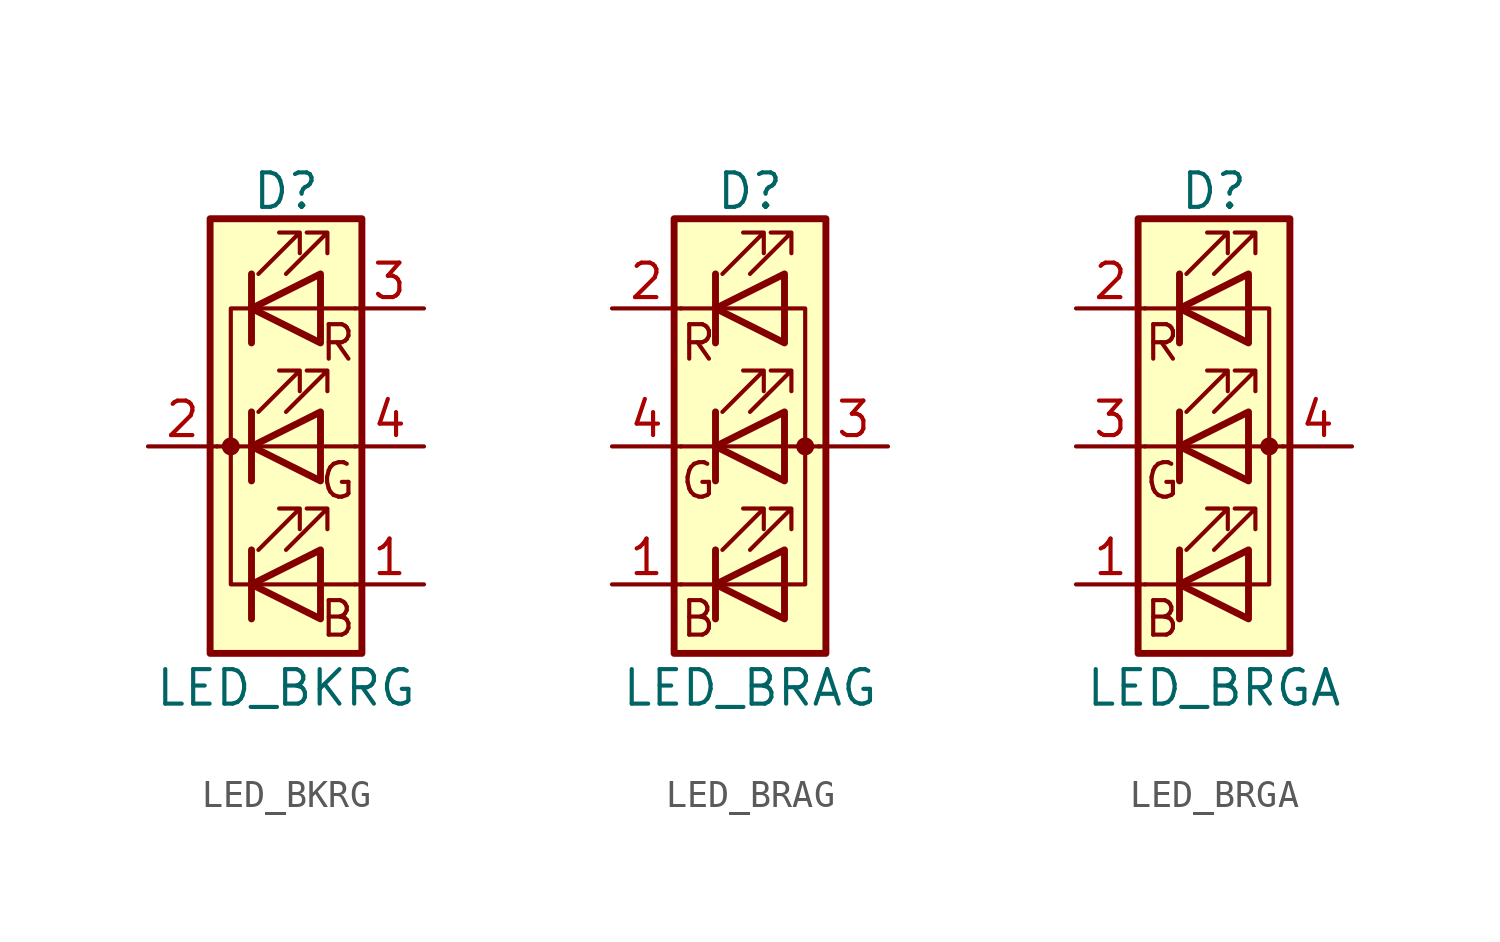
<source format=kicad_sym>
(kicad_symbol_lib
  (version 20241209)
  (generator "kicad_symbol_editor")
  (generator_version "9.0")
  (symbol "LED_BKRG"
    (pin_names
      (offset 0)
      (hide yes))
    (property "Reference" "D"
      (at 0 9.398 0)
      (effects (font (size 1.27 1.27))))
    (property "Value" "LED_BKRG"
      (at 0 -8.89 0)
      (effects (font (size 1.27 1.27))))
    (symbol "LED_BKRG_0_0"
      (text "R" (at 1.905 3.81 0) (effects (font (size 1.27 1.27))))
      (text "G" (at 1.905 -1.27 0) (effects (font (size 1.27 1.27))))
      (text "B" (at 1.905 -6.35 0) (effects (font (size 1.27 1.27)))))
    (symbol "LED_BKRG_0_1"
      (circle (center -2.032 0) (radius 0.254) (stroke (width 0) (type solid)) (fill (type outline)))
      (polyline (pts (xy -1.27 6.35) (xy -1.27 3.81)) (stroke (width 0.254) (type solid)) (fill (type none)))
      (polyline (pts (xy -1.27 6.35) (xy -1.27 3.81) (xy -1.27 3.81)) (stroke (width 0) (type solid)) (fill (type none)))
      (polyline (pts (xy -1.27 5.08) (xy 1.27 5.08)) (stroke (width 0) (type solid)) (fill (type none)))
      (polyline (pts (xy -1.27 5.08) (xy -2.032 5.08) (xy -2.032 -5.08) (xy -1.016 -5.08)) (stroke (width 0) (type solid)) (fill (type none)))
      (polyline (pts (xy -1.27 1.27) (xy -1.27 -1.27)) (stroke (width 0.254) (type solid)) (fill (type none)))
      (polyline (pts (xy -1.27 1.27) (xy -1.27 -1.27) (xy -1.27 -1.27)) (stroke (width 0) (type solid)) (fill (type none)))
      (polyline (pts (xy -1.27 0) (xy -2.54 0)) (stroke (width 0) (type solid)) (fill (type none)))
      (polyline (pts (xy -1.27 -3.81) (xy -1.27 -6.35)) (stroke (width 0.254) (type solid)) (fill (type none)))
      (polyline (pts (xy -1.27 -5.08) (xy 1.27 -5.08)) (stroke (width 0) (type solid)) (fill (type none)))
      (polyline (pts (xy -1.016 6.35) (xy 0.508 7.874) (xy -0.254 7.874) (xy 0.508 7.874) (xy 0.508 7.112)) (stroke (width 0) (type solid)) (fill (type none)))
      (polyline (pts (xy -1.016 1.27) (xy 0.508 2.794) (xy -0.254 2.794) (xy 0.508 2.794) (xy 0.508 2.032)) (stroke (width 0) (type solid)) (fill (type none)))
      (polyline (pts (xy -1.016 -3.81) (xy 0.508 -2.286) (xy -0.254 -2.286) (xy 0.508 -2.286) (xy 0.508 -3.048)) (stroke (width 0) (type solid)) (fill (type none)))
      (polyline (pts (xy 0 6.35) (xy 1.524 7.874) (xy 0.762 7.874) (xy 1.524 7.874) (xy 1.524 7.112)) (stroke (width 0) (type solid)) (fill (type none)))
      (polyline (pts (xy 0 1.27) (xy 1.524 2.794) (xy 0.762 2.794) (xy 1.524 2.794) (xy 1.524 2.032)) (stroke (width 0) (type solid)) (fill (type none)))
      (polyline (pts (xy 0 -3.81) (xy 1.524 -2.286) (xy 0.762 -2.286) (xy 1.524 -2.286) (xy 1.524 -3.048)) (stroke (width 0) (type solid)) (fill (type none)))
      (polyline (pts (xy 1.27 6.35) (xy 1.27 3.81) (xy -1.27 5.08) (xy 1.27 6.35)) (stroke (width 0.254) (type solid)) (fill (type none)))
      (rectangle (start 1.27 6.35) (end 1.27 6.35) (stroke (width 0) (type solid)) (fill (type none)))
      (polyline (pts (xy 1.27 5.08) (xy 2.54 5.08)) (stroke (width 0) (type solid)) (fill (type none)))
      (rectangle (start 1.27 3.81) (end 1.27 6.35) (stroke (width 0) (type solid)) (fill (type none)))
      (polyline (pts (xy 1.27 1.27) (xy 1.27 -1.27) (xy -1.27 0) (xy 1.27 1.27)) (stroke (width 0.254) (type solid)) (fill (type none)))
      (rectangle (start 1.27 1.27) (end 1.27 1.27) (stroke (width 0) (type solid)) (fill (type none)))
      (polyline (pts (xy 1.27 0) (xy -1.27 0)) (stroke (width 0) (type solid)) (fill (type none)))
      (polyline (pts (xy 1.27 0) (xy 2.54 0)) (stroke (width 0) (type solid)) (fill (type none)))
      (rectangle (start 1.27 -1.27) (end 1.27 1.27) (stroke (width 0) (type solid)) (fill (type none)))
      (polyline (pts (xy 1.27 -3.81) (xy 1.27 -6.35) (xy -1.27 -5.08) (xy 1.27 -3.81)) (stroke (width 0.254) (type solid)) (fill (type none)))
      (polyline (pts (xy 1.27 -5.08) (xy 2.54 -5.08)) (stroke (width 0) (type solid)) (fill (type none)))
      (rectangle (start 2.794 8.382) (end -2.794 -7.62) (stroke (width 0.254) (type solid)) (fill (type background))))
    (symbol "LED_BKRG_1_1"
      (pin passive line (at -5.08 0 0) (length 2.54) (name "K" (effects (font (size 1.27 1.27)))) (number "2" (effects (font (size 1.27 1.27)))))
      (pin passive line (at 5.08 5.08 180) (length 2.54) (name "RA" (effects (font (size 1.27 1.27)))) (number "3" (effects (font (size 1.27 1.27)))))
      (pin passive line (at 5.08 0 180) (length 2.54) (name "GA" (effects (font (size 1.27 1.27)))) (number "4" (effects (font (size 1.27 1.27)))))
      (pin passive line (at 5.08 -5.08 180) (length 2.54) (name "BA" (effects (font (size 1.27 1.27)))) (number "1" (effects (font (size 1.27 1.27)))))))
  (symbol "LED_BRAG"
    (pin_names
      (offset 0)
      (hide yes))
    (property "Reference" "D"
      (at 0 9.398 0)
      (effects (font (size 1.27 1.27))))
    (property "Value" "LED_BRAG"
      (at 0 -8.89 0)
      (effects (font (size 1.27 1.27))))
    (symbol "LED_BRAG_0_0"
      (text "R" (at -1.905 3.81 0) (effects (font (size 1.27 1.27))))
      (text "G" (at -1.905 -1.27 0) (effects (font (size 1.27 1.27))))
      (text "B" (at -1.905 -6.35 0) (effects (font (size 1.27 1.27)))))
    (symbol "LED_BRAG_0_1"
      (polyline (pts (xy -1.27 6.35) (xy -1.27 3.81)) (stroke (width 0.254) (type solid)) (fill (type none)))
      (polyline (pts (xy -1.27 6.35) (xy -1.27 3.81) (xy -1.27 3.81)) (stroke (width 0) (type solid)) (fill (type none)))
      (polyline (pts (xy -1.27 5.08) (xy -2.54 5.08)) (stroke (width 0) (type solid)) (fill (type none)))
      (polyline (pts (xy -1.27 5.08) (xy 1.27 5.08)) (stroke (width 0) (type solid)) (fill (type none)))
      (polyline (pts (xy -1.27 1.27) (xy -1.27 -1.27)) (stroke (width 0.254) (type solid)) (fill (type none)))
      (polyline (pts (xy -1.27 1.27) (xy -1.27 -1.27) (xy -1.27 -1.27)) (stroke (width 0) (type solid)) (fill (type none)))
      (polyline (pts (xy -1.27 0) (xy -2.54 0)) (stroke (width 0) (type solid)) (fill (type none)))
      (polyline (pts (xy -1.27 -3.81) (xy -1.27 -6.35)) (stroke (width 0.254) (type solid)) (fill (type none)))
      (polyline (pts (xy -1.27 -5.08) (xy -2.54 -5.08)) (stroke (width 0) (type solid)) (fill (type none)))
      (polyline (pts (xy -1.27 -5.08) (xy 1.27 -5.08)) (stroke (width 0) (type solid)) (fill (type none)))
      (polyline (pts (xy -1.016 6.35) (xy 0.508 7.874) (xy -0.254 7.874) (xy 0.508 7.874) (xy 0.508 7.112)) (stroke (width 0) (type solid)) (fill (type none)))
      (polyline (pts (xy -1.016 1.27) (xy 0.508 2.794) (xy -0.254 2.794) (xy 0.508 2.794) (xy 0.508 2.032)) (stroke (width 0) (type solid)) (fill (type none)))
      (polyline (pts (xy -1.016 -3.81) (xy 0.508 -2.286) (xy -0.254 -2.286) (xy 0.508 -2.286) (xy 0.508 -3.048)) (stroke (width 0) (type solid)) (fill (type none)))
      (polyline (pts (xy 0 6.35) (xy 1.524 7.874) (xy 0.762 7.874) (xy 1.524 7.874) (xy 1.524 7.112)) (stroke (width 0) (type solid)) (fill (type none)))
      (polyline (pts (xy 0 1.27) (xy 1.524 2.794) (xy 0.762 2.794) (xy 1.524 2.794) (xy 1.524 2.032)) (stroke (width 0) (type solid)) (fill (type none)))
      (polyline (pts (xy 0 -3.81) (xy 1.524 -2.286) (xy 0.762 -2.286) (xy 1.524 -2.286) (xy 1.524 -3.048)) (stroke (width 0) (type solid)) (fill (type none)))
      (polyline (pts (xy 1.27 6.35) (xy 1.27 3.81) (xy -1.27 5.08) (xy 1.27 6.35)) (stroke (width 0.254) (type solid)) (fill (type none)))
      (rectangle (start 1.27 6.35) (end 1.27 6.35) (stroke (width 0) (type solid)) (fill (type none)))
      (rectangle (start 1.27 3.81) (end 1.27 6.35) (stroke (width 0) (type solid)) (fill (type none)))
      (polyline (pts (xy 1.27 1.27) (xy 1.27 -1.27) (xy -1.27 0) (xy 1.27 1.27)) (stroke (width 0.254) (type solid)) (fill (type none)))
      (rectangle (start 1.27 1.27) (end 1.27 1.27) (stroke (width 0) (type solid)) (fill (type none)))
      (polyline (pts (xy 1.27 0) (xy -1.27 0)) (stroke (width 0) (type solid)) (fill (type none)))
      (polyline (pts (xy 1.27 0) (xy 2.54 0)) (stroke (width 0) (type solid)) (fill (type none)))
      (rectangle (start 1.27 -1.27) (end 1.27 1.27) (stroke (width 0) (type solid)) (fill (type none)))
      (polyline (pts (xy 1.27 -3.81) (xy 1.27 -6.35) (xy -1.27 -5.08) (xy 1.27 -3.81)) (stroke (width 0.254) (type solid)) (fill (type none)))
      (polyline (pts (xy 1.27 -5.08) (xy 2.032 -5.08) (xy 2.032 5.08) (xy 1.27 5.08)) (stroke (width 0) (type solid)) (fill (type none)))
      (circle (center 2.032 0) (radius 0.254) (stroke (width 0) (type solid)) (fill (type outline)))
      (rectangle (start 2.794 8.382) (end -2.794 -7.62) (stroke (width 0.254) (type solid)) (fill (type background))))
    (symbol "LED_BRAG_1_1"
      (pin passive line (at -5.08 5.08 0) (length 2.54) (name "RK" (effects (font (size 1.27 1.27)))) (number "2" (effects (font (size 1.27 1.27)))))
      (pin passive line (at -5.08 0 0) (length 2.54) (name "GK" (effects (font (size 1.27 1.27)))) (number "4" (effects (font (size 1.27 1.27)))))
      (pin passive line (at -5.08 -5.08 0) (length 2.54) (name "BK" (effects (font (size 1.27 1.27)))) (number "1" (effects (font (size 1.27 1.27)))))
      (pin passive line (at 5.08 0 180) (length 2.54) (name "A" (effects (font (size 1.27 1.27)))) (number "3" (effects (font (size 1.27 1.27)))))))
  (symbol "LED_BRGA"
    (pin_names
      (offset 0)
      (hide yes))
    (property "Reference" "D"
      (at 0 9.398 0)
      (effects (font (size 1.27 1.27))))
    (property "Value" "LED_BRGA"
      (at 0 -8.89 0)
      (effects (font (size 1.27 1.27))))
    (symbol "LED_BRGA_0_0"
      (text "R" (at -1.905 3.81 0) (effects (font (size 1.27 1.27))))
      (text "G" (at -1.905 -1.27 0) (effects (font (size 1.27 1.27))))
      (text "B" (at -1.905 -6.35 0) (effects (font (size 1.27 1.27)))))
    (symbol "LED_BRGA_0_1"
      (polyline (pts (xy -1.27 6.35) (xy -1.27 3.81)) (stroke (width 0.254) (type solid)) (fill (type none)))
      (polyline (pts (xy -1.27 6.35) (xy -1.27 3.81) (xy -1.27 3.81)) (stroke (width 0) (type solid)) (fill (type none)))
      (polyline (pts (xy -1.27 5.08) (xy -2.54 5.08)) (stroke (width 0) (type solid)) (fill (type none)))
      (polyline (pts (xy -1.27 5.08) (xy 1.27 5.08)) (stroke (width 0) (type solid)) (fill (type none)))
      (polyline (pts (xy -1.27 1.27) (xy -1.27 -1.27)) (stroke (width 0.254) (type solid)) (fill (type none)))
      (polyline (pts (xy -1.27 1.27) (xy -1.27 -1.27) (xy -1.27 -1.27)) (stroke (width 0) (type solid)) (fill (type none)))
      (polyline (pts (xy -1.27 0) (xy -2.54 0)) (stroke (width 0) (type solid)) (fill (type none)))
      (polyline (pts (xy -1.27 -3.81) (xy -1.27 -6.35)) (stroke (width 0.254) (type solid)) (fill (type none)))
      (polyline (pts (xy -1.27 -5.08) (xy -2.54 -5.08)) (stroke (width 0) (type solid)) (fill (type none)))
      (polyline (pts (xy -1.27 -5.08) (xy 1.27 -5.08)) (stroke (width 0) (type solid)) (fill (type none)))
      (polyline (pts (xy -1.016 6.35) (xy 0.508 7.874) (xy -0.254 7.874) (xy 0.508 7.874) (xy 0.508 7.112)) (stroke (width 0) (type solid)) (fill (type none)))
      (polyline (pts (xy -1.016 1.27) (xy 0.508 2.794) (xy -0.254 2.794) (xy 0.508 2.794) (xy 0.508 2.032)) (stroke (width 0) (type solid)) (fill (type none)))
      (polyline (pts (xy -1.016 -3.81) (xy 0.508 -2.286) (xy -0.254 -2.286) (xy 0.508 -2.286) (xy 0.508 -3.048)) (stroke (width 0) (type solid)) (fill (type none)))
      (polyline (pts (xy 0 6.35) (xy 1.524 7.874) (xy 0.762 7.874) (xy 1.524 7.874) (xy 1.524 7.112)) (stroke (width 0) (type solid)) (fill (type none)))
      (polyline (pts (xy 0 1.27) (xy 1.524 2.794) (xy 0.762 2.794) (xy 1.524 2.794) (xy 1.524 2.032)) (stroke (width 0) (type solid)) (fill (type none)))
      (polyline (pts (xy 0 -3.81) (xy 1.524 -2.286) (xy 0.762 -2.286) (xy 1.524 -2.286) (xy 1.524 -3.048)) (stroke (width 0) (type solid)) (fill (type none)))
      (polyline (pts (xy 1.27 6.35) (xy 1.27 3.81) (xy -1.27 5.08) (xy 1.27 6.35)) (stroke (width 0.254) (type solid)) (fill (type none)))
      (rectangle (start 1.27 6.35) (end 1.27 6.35) (stroke (width 0) (type solid)) (fill (type none)))
      (rectangle (start 1.27 3.81) (end 1.27 6.35) (stroke (width 0) (type solid)) (fill (type none)))
      (polyline (pts (xy 1.27 1.27) (xy 1.27 -1.27) (xy -1.27 0) (xy 1.27 1.27)) (stroke (width 0.254) (type solid)) (fill (type none)))
      (rectangle (start 1.27 1.27) (end 1.27 1.27) (stroke (width 0) (type solid)) (fill (type none)))
      (polyline (pts (xy 1.27 0) (xy -1.27 0)) (stroke (width 0) (type solid)) (fill (type none)))
      (polyline (pts (xy 1.27 0) (xy 2.54 0)) (stroke (width 0) (type solid)) (fill (type none)))
      (rectangle (start 1.27 -1.27) (end 1.27 1.27) (stroke (width 0) (type solid)) (fill (type none)))
      (polyline (pts (xy 1.27 -3.81) (xy 1.27 -6.35) (xy -1.27 -5.08) (xy 1.27 -3.81)) (stroke (width 0.254) (type solid)) (fill (type none)))
      (polyline (pts (xy 1.27 -5.08) (xy 2.032 -5.08) (xy 2.032 5.08) (xy 1.27 5.08)) (stroke (width 0) (type solid)) (fill (type none)))
      (circle (center 2.032 0) (radius 0.254) (stroke (width 0) (type solid)) (fill (type outline)))
      (rectangle (start 2.794 8.382) (end -2.794 -7.62) (stroke (width 0.254) (type solid)) (fill (type background))))
    (symbol "LED_BRGA_1_1"
      (pin passive line (at -5.08 5.08 0) (length 2.54) (name "RK" (effects (font (size 1.27 1.27)))) (number "2" (effects (font (size 1.27 1.27)))))
      (pin passive line (at -5.08 0 0) (length 2.54) (name "GK" (effects (font (size 1.27 1.27)))) (number "3" (effects (font (size 1.27 1.27)))))
      (pin passive line (at -5.08 -5.08 0) (length 2.54) (name "BK" (effects (font (size 1.27 1.27)))) (number "1" (effects (font (size 1.27 1.27)))))
      (pin passive line (at 5.08 0 180) (length 2.54) (name "A" (effects (font (size 1.27 1.27)))) (number "4" (effects (font (size 1.27 1.27))))))))
</source>
